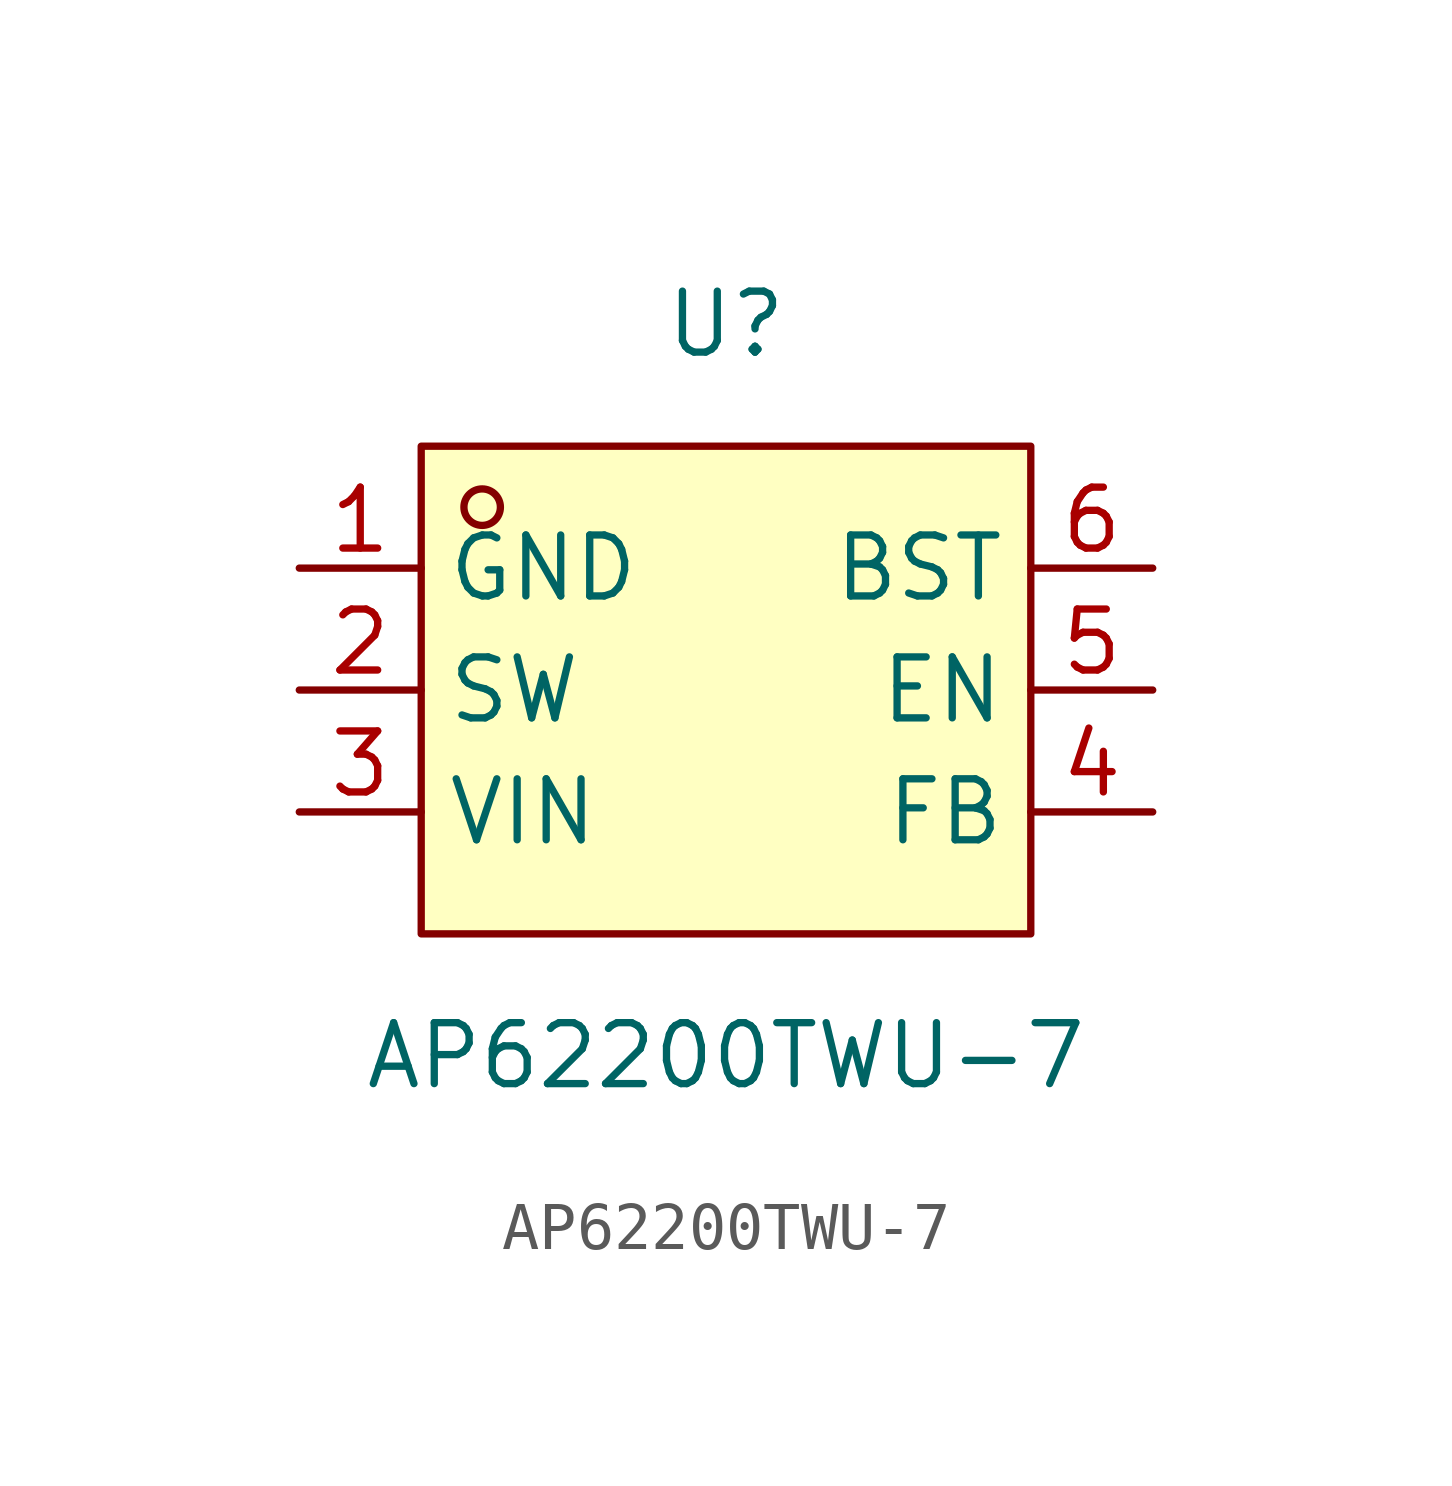
<source format=kicad_sym>
(kicad_symbol_lib
  (version 20211014)
  (generator https://github.com/uPesy/easyeda2kicad.py)
  (symbol "AP62200TWU-7"
    (property "Reference" "U"
      (at 0 7.62 0)
      (effects (font (size 1.27 1.27))))
    (property "Value" "AP62200TWU-7"
      (at 0 -7.62 0)
      (effects (font (size 1.27 1.27))))
    (symbol "AP62200TWU-7_0_1"
      (rectangle (start -6.35 5.08) (end 6.35 -5.08) (stroke (width 0) (type default) (color 0 0 0 0)) (fill (type background)))
      (circle (center -5.08 3.81) (radius 0.38) (stroke (width 0) (type default) (color 0 0 0 0)) (fill (type none)))
      (pin unspecified line (at -8.89 2.54 0) (length 2.54) (name "GND" (effects (font (size 1.27 1.27)))) (number "1" (effects (font (size 1.27 1.27)))))
      (pin unspecified line (at -8.89 -0.00 0) (length 2.54) (name "SW" (effects (font (size 1.27 1.27)))) (number "2" (effects (font (size 1.27 1.27)))))
      (pin unspecified line (at -8.89 -2.54 0) (length 2.54) (name "VIN" (effects (font (size 1.27 1.27)))) (number "3" (effects (font (size 1.27 1.27)))))
      (pin unspecified line (at 8.89 -2.54 180) (length 2.54) (name "FB" (effects (font (size 1.27 1.27)))) (number "4" (effects (font (size 1.27 1.27)))))
      (pin unspecified line (at 8.89 -0.00 180) (length 2.54) (name "EN" (effects (font (size 1.27 1.27)))) (number "5" (effects (font (size 1.27 1.27)))))
      (pin unspecified line (at 8.89 2.54 180) (length 2.54) (name "BST" (effects (font (size 1.27 1.27)))) (number "6" (effects (font (size 1.27 1.27))))))))
</source>
